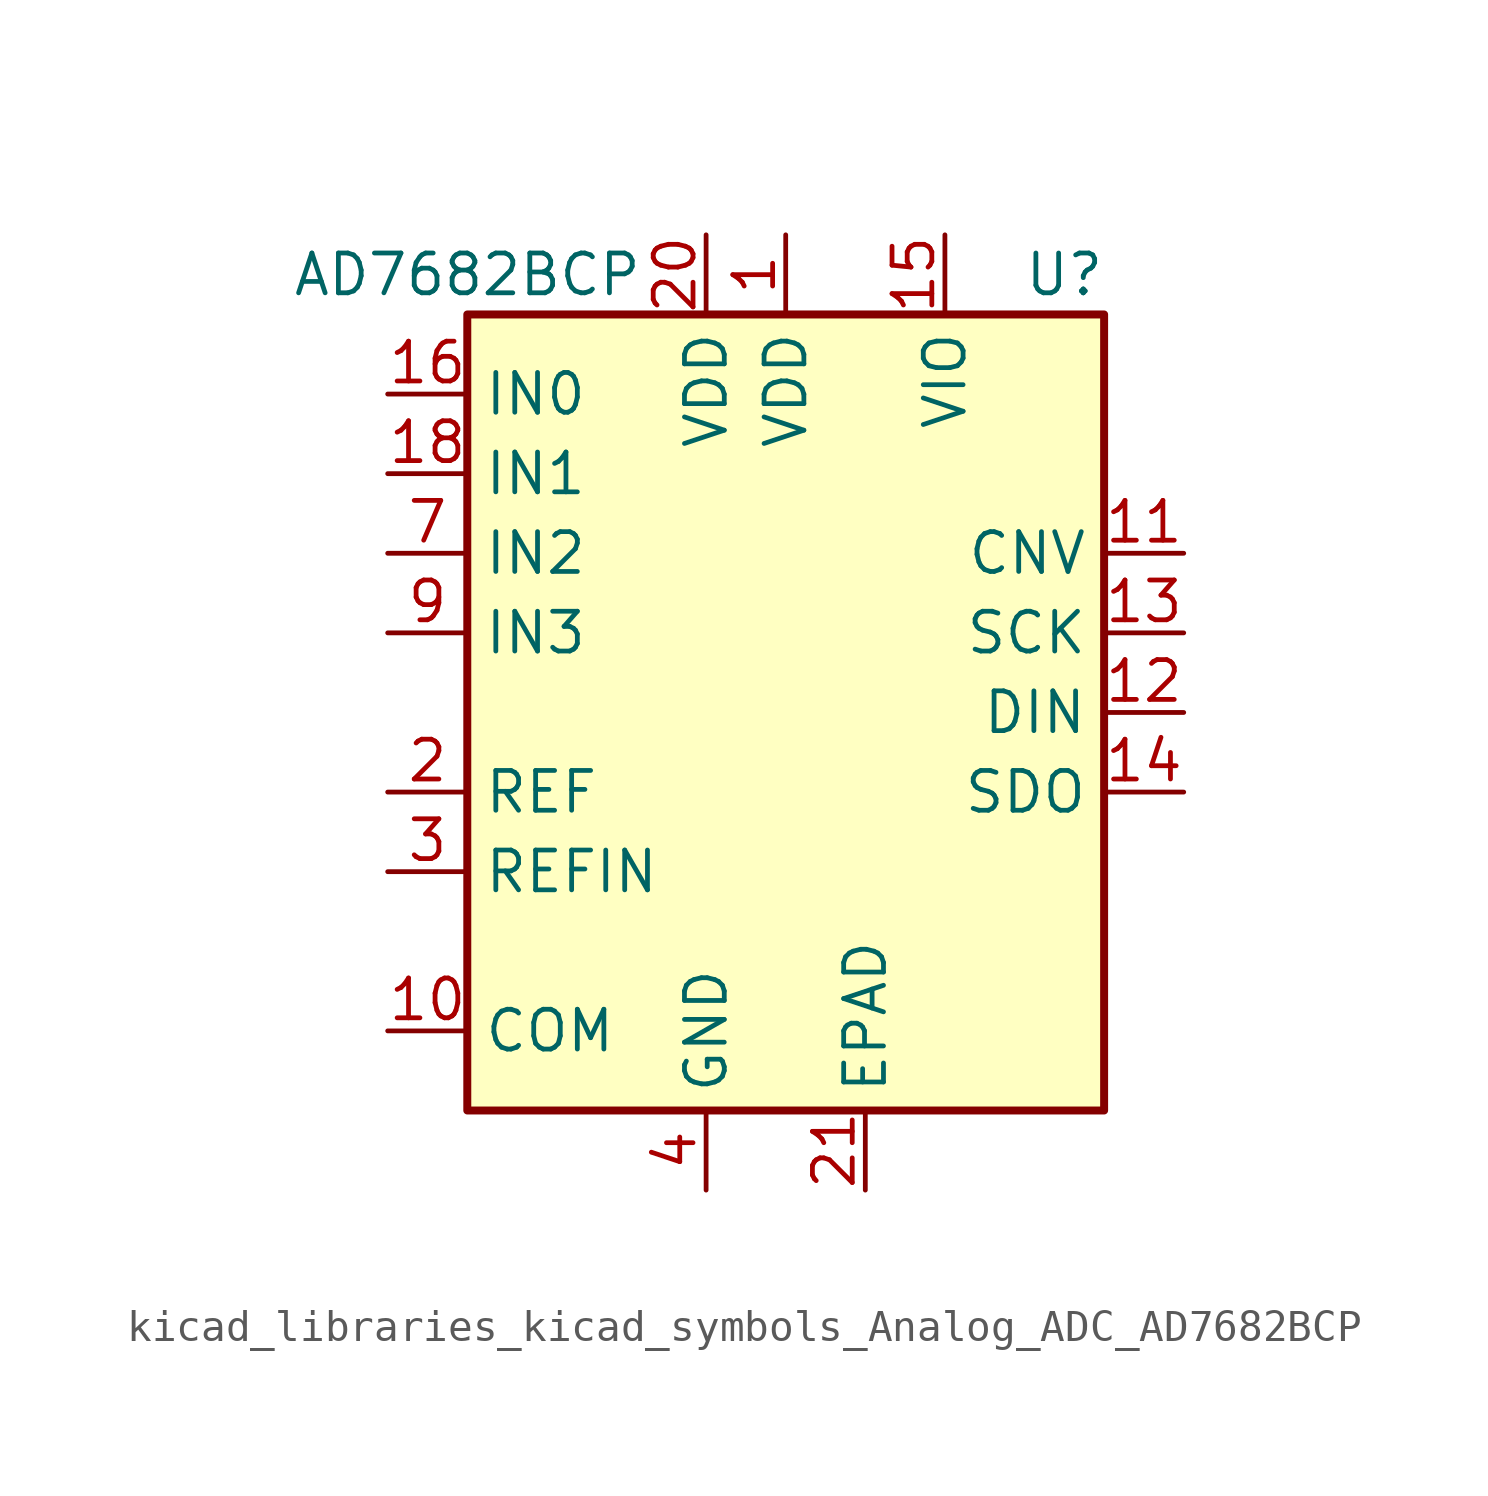
<source format=kicad_sym>
(kicad_symbol_lib
  (version 20220914)
  (generator kicad_symbol_editor)
  (symbol "kicad_libraries_kicad_symbols_Analog_ADC_AD7682BCP"
    (property "Reference" "U"
      (at 8.89 13.97 0)
      (effects (font (size 1.27 1.27))))
    (property "Value" "AD7682BCP"
      (at -10.16 13.97 0)
      (effects (font (size 1.27 1.27))))
    (symbol "kicad_libraries_kicad_symbols_Analog_ADC_AD7682BCP_0_1"
      (rectangle (start -10.16 12.7) (end 10.16 -12.7) (stroke (width 0.254) (type default)) (fill (type background))))
    (symbol "kicad_libraries_kicad_symbols_Analog_ADC_AD7682BCP_1_1"
      (pin power_in line (at 0 15.24 270) (length 2.54) (name "VDD" (effects (font (size 1.27 1.27)))) (number "1" (effects (font (size 1.27 1.27)))))
      (pin input line (at -12.7 -10.16 0) (length 2.54) (name "COM" (effects (font (size 1.27 1.27)))) (number "10" (effects (font (size 1.27 1.27)))))
      (pin input line (at 12.7 5.08 180) (length 2.54) (name "CNV" (effects (font (size 1.27 1.27)))) (number "11" (effects (font (size 1.27 1.27)))))
      (pin input line (at 12.7 0 180) (length 2.54) (name "DIN" (effects (font (size 1.27 1.27)))) (number "12" (effects (font (size 1.27 1.27)))))
      (pin input line (at 12.7 2.54 180) (length 2.54) (name "SCK" (effects (font (size 1.27 1.27)))) (number "13" (effects (font (size 1.27 1.27)))))
      (pin output line (at 12.7 -2.54 180) (length 2.54) (name "SDO" (effects (font (size 1.27 1.27)))) (number "14" (effects (font (size 1.27 1.27)))))
      (pin power_in line (at 5.08 15.24 270) (length 2.54) (name "VIO" (effects (font (size 1.27 1.27)))) (number "15" (effects (font (size 1.27 1.27)))))
      (pin input line (at -12.7 10.16 0) (length 2.54) (name "IN0" (effects (font (size 1.27 1.27)))) (number "16" (effects (font (size 1.27 1.27)))))
      (pin no_connect line (at 10.16 -7.62 180) (length 2.54) hide (name "NC" (effects (font (size 1.27 1.27)))) (number "17" (effects (font (size 1.27 1.27)))))
      (pin input line (at -12.7 7.62 0) (length 2.54) (name "IN1" (effects (font (size 1.27 1.27)))) (number "18" (effects (font (size 1.27 1.27)))))
      (pin no_connect line (at 10.16 -5.08 180) (length 2.54) hide (name "NC" (effects (font (size 1.27 1.27)))) (number "19" (effects (font (size 1.27 1.27)))))
      (pin passive line (at -12.7 -2.54 0) (length 2.54) (name "REF" (effects (font (size 1.27 1.27)))) (number "2" (effects (font (size 1.27 1.27)))))
      (pin power_in line (at -2.54 15.24 270) (length 2.54) (name "VDD" (effects (font (size 1.27 1.27)))) (number "20" (effects (font (size 1.27 1.27)))))
      (pin passive line (at 2.54 -15.24 90) (length 2.54) (name "EPAD" (effects (font (size 1.27 1.27)))) (number "21" (effects (font (size 1.27 1.27)))))
      (pin passive line (at -12.7 -5.08 0) (length 2.54) (name "REFIN" (effects (font (size 1.27 1.27)))) (number "3" (effects (font (size 1.27 1.27)))))
      (pin power_in line (at -2.54 -15.24 90) (length 2.54) (name "GND" (effects (font (size 1.27 1.27)))) (number "4" (effects (font (size 1.27 1.27)))))
      (pin passive line (at -2.54 -15.24 90) (length 2.54) hide (name "GND" (effects (font (size 1.27 1.27)))) (number "5" (effects (font (size 1.27 1.27)))))
      (pin no_connect line (at 10.16 7.62 180) (length 2.54) hide (name "NC" (effects (font (size 1.27 1.27)))) (number "6" (effects (font (size 1.27 1.27)))))
      (pin input line (at -12.7 5.08 0) (length 2.54) (name "IN2" (effects (font (size 1.27 1.27)))) (number "7" (effects (font (size 1.27 1.27)))))
      (pin no_connect line (at 10.16 -10.16 180) (length 2.54) hide (name "NC" (effects (font (size 1.27 1.27)))) (number "8" (effects (font (size 1.27 1.27)))))
      (pin input line (at -12.7 2.54 0) (length 2.54) (name "IN3" (effects (font (size 1.27 1.27)))) (number "9" (effects (font (size 1.27 1.27))))))))
</source>
